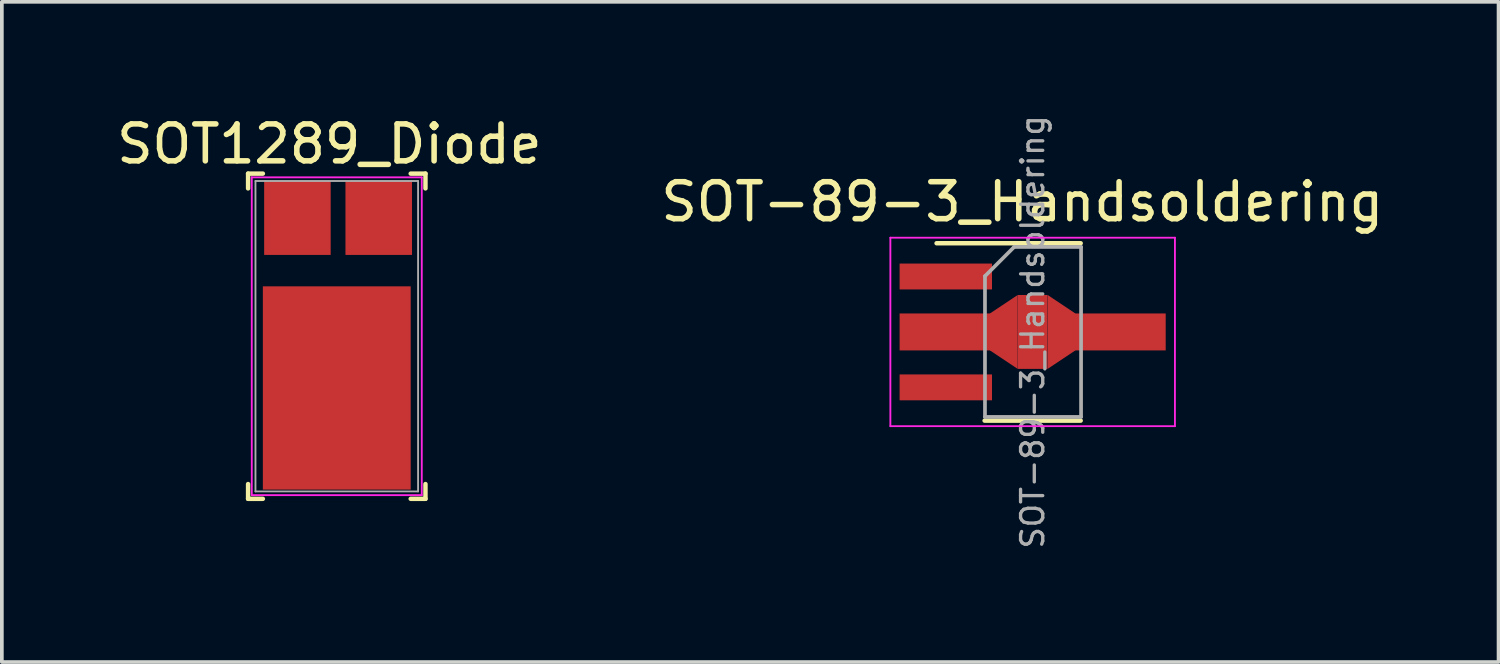
<source format=kicad_pcb>
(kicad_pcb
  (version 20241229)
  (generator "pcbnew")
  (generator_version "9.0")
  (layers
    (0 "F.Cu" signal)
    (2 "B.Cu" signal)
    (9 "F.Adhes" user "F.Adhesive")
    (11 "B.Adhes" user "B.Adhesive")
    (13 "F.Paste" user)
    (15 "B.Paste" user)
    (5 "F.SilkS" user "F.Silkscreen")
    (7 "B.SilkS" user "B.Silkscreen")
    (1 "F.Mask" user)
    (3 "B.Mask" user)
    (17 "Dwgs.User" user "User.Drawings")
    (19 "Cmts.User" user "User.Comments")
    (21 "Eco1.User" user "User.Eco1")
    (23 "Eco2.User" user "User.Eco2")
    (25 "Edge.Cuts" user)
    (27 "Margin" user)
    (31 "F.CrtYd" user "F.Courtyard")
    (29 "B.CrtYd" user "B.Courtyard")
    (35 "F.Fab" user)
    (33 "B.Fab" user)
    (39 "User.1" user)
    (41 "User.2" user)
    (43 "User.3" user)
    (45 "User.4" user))
  (footprint "SOT1289_Diode"
    (layer "F.Cu")
    (at 3.763 9.948)
    (property "Reference" "SOT1289_Diode" (at 2.1 -9.1 0) (layer "F.SilkS") (effects (font (size 1 1) (thickness 0.15))))
    (attr smd)
    (fp_line (start -0.1 -8.3) (end -0.1 -7.9) (stroke (width 0.12) (type solid)) (layer "F.SilkS"))
    (fp_line (start -0.1 0.1) (end -0.1 0.5) (stroke (width 0.12) (type solid)) (layer "F.SilkS"))
    (fp_line (start -0.1 0.5) (end 0.3 0.5) (stroke (width 0.12) (type solid)) (layer "F.SilkS"))
    (fp_line (start 0.3 -8.3) (end -0.1 -8.3) (stroke (width 0.12) (type solid)) (layer "F.SilkS"))
    (fp_line (start 4.3 0.5) (end 4.7 0.5) (stroke (width 0.12) (type solid)) (layer "F.SilkS"))
    (fp_line (start 4.7 -8.3) (end 4.3 -8.3) (stroke (width 0.12) (type solid)) (layer "F.SilkS"))
    (fp_line (start 4.7 -7.9) (end 4.7 -8.3) (stroke (width 0.12) (type solid)) (layer "F.SilkS"))
    (fp_line (start 4.7 0.5) (end 4.7 0.1) (stroke (width 0.12) (type solid)) (layer "F.SilkS"))
    (fp_line (start 0 -8.2) (end 4.6 -8.2) (stroke (width 0.05) (type solid)) (layer "F.CrtYd"))
    (fp_line (start 0 0.4) (end 0 -8.2) (stroke (width 0.05) (type solid)) (layer "F.CrtYd"))
    (fp_line (start 0 0.4) (end 4.6 0.4) (stroke (width 0.05) (type solid)) (layer "F.CrtYd"))
    (fp_line (start 4.6 0.4) (end 4.6 -8.2) (stroke (width 0.05) (type solid)) (layer "F.CrtYd"))
    (fp_line (start 0.1 -8.1) (end 0.1 0.3) (stroke (width 0.05) (type solid)) (layer "F.Fab"))
    (fp_line (start 4.5 -8.1) (end 0.1 -8.1) (stroke (width 0.05) (type solid)) (layer "F.Fab"))
    (fp_line (start 4.5 -8.1) (end 4.5 0.3) (stroke (width 0.05) (type solid)) (layer "F.Fab"))
    (fp_line (start 4.5 0.3) (end 0.1 0.3) (stroke (width 0.05) (type solid)) (layer "F.Fab"))
    (pad "A" smd rect (at 1.235 -7.1) (size 1.8 2) (layers "F.Cu" "F.Mask" "F.Paste"))
    (pad "A" smd rect (at 3.435 -7.1) (size 1.8 2) (layers "F.Cu" "F.Mask" "F.Paste"))
    (pad "K" smd rect (at 2.3 -2.5) (size 4 5.5) (layers "F.Cu" "F.Mask" "F.Paste")))
  (footprint "SOT-89-3_Handsoldering"
    (layer "F.Cu")
    (at 24.893 5.932)
    (property "Reference" "SOT-89-3_Handsoldering" (at -0.28 -3.52 0) (layer "F.SilkS") (effects (font (size 1 1) (thickness 0.15))))
    (attr smd)
    (fp_line (start -2.6 -2.4) (end 1.3 -2.4) (stroke (width 0.12) (type solid)) (layer "F.SilkS"))
    (fp_line (start 1.3 2.4) (end -1.3 2.4) (stroke (width 0.12) (type solid)) (layer "F.SilkS"))
    (fp_line (start -3.85 -2.55) (end 3.85 -2.55) (stroke (width 0.05) (type solid)) (layer "F.CrtYd"))
    (fp_line (start -3.85 2.55) (end -3.85 -2.55) (stroke (width 0.05) (type solid)) (layer "F.CrtYd"))
    (fp_line (start -3.85 2.55) (end 3.85 2.55) (stroke (width 0.05) (type solid)) (layer "F.CrtYd"))
    (fp_line (start 3.85 -2.55) (end 3.85 2.55) (stroke (width 0.05) (type solid)) (layer "F.CrtYd"))
    (fp_line (start -1.29 -1.51) (end -0.5 -2.3) (stroke (width 0.1) (type solid)) (layer "F.Fab"))
    (fp_line (start -1.29 2.3) (end -1.29 -1.51) (stroke (width 0.1) (type solid)) (layer "F.Fab"))
    (fp_line (start -0.5 -2.3) (end 1.31 -2.3) (stroke (width 0.1) (type solid)) (layer "F.Fab"))
    (fp_line (start 1.31 -2.3) (end 1.31 2.3) (stroke (width 0.1) (type solid)) (layer "F.Fab"))
    (fp_line (start 1.31 2.3) (end -1.29 2.3) (stroke (width 0.1) (type solid)) (layer "F.Fab"))
    (fp_text user "${REFERENCE}" (at 0 0 90) (layer "F.Fab") (effects (font (size 0.6 0.6) (thickness 0.09))))
    (pad "1" smd rect (at -2.35 -1.5 270) (size 0.7 2.5) (layers "F.Cu" "F.Mask" "F.Paste"))
    (pad "2" smd rect (at -2.35 0 270) (size 1 2.5) (layers "F.Cu" "F.Mask" "F.Paste"))
    (pad "2" smd trapezoid (at -0.78 0 90) (size 1.5 0.75) (rect_delta 0 0.5) (layers "F.Cu" "F.Mask" "F.Paste"))
    (pad "2" smd rect (at 0 0 270) (size 2 0.8) (layers "F.Cu" "F.Mask" "F.Paste"))
    (pad "2" smd trapezoid (at 0.78 0 270) (size 1.5 0.75) (rect_delta 0 0.5) (layers "F.Cu" "F.Mask" "F.Paste"))
    (pad "2" smd rect (at 2.35 0 270) (size 1 2.5) (layers "F.Cu" "F.Mask" "F.Paste"))
    (pad "3" smd rect (at -2.35 1.5 270) (size 0.7 2.5) (layers "F.Cu" "F.Mask" "F.Paste")))
  (gr_rect
    (start -3 -3)
    (end 37.5 14.864)
    (stroke (width 0.1) (type default))
    (fill no)
    (layer "Edge.Cuts")))
</source>
